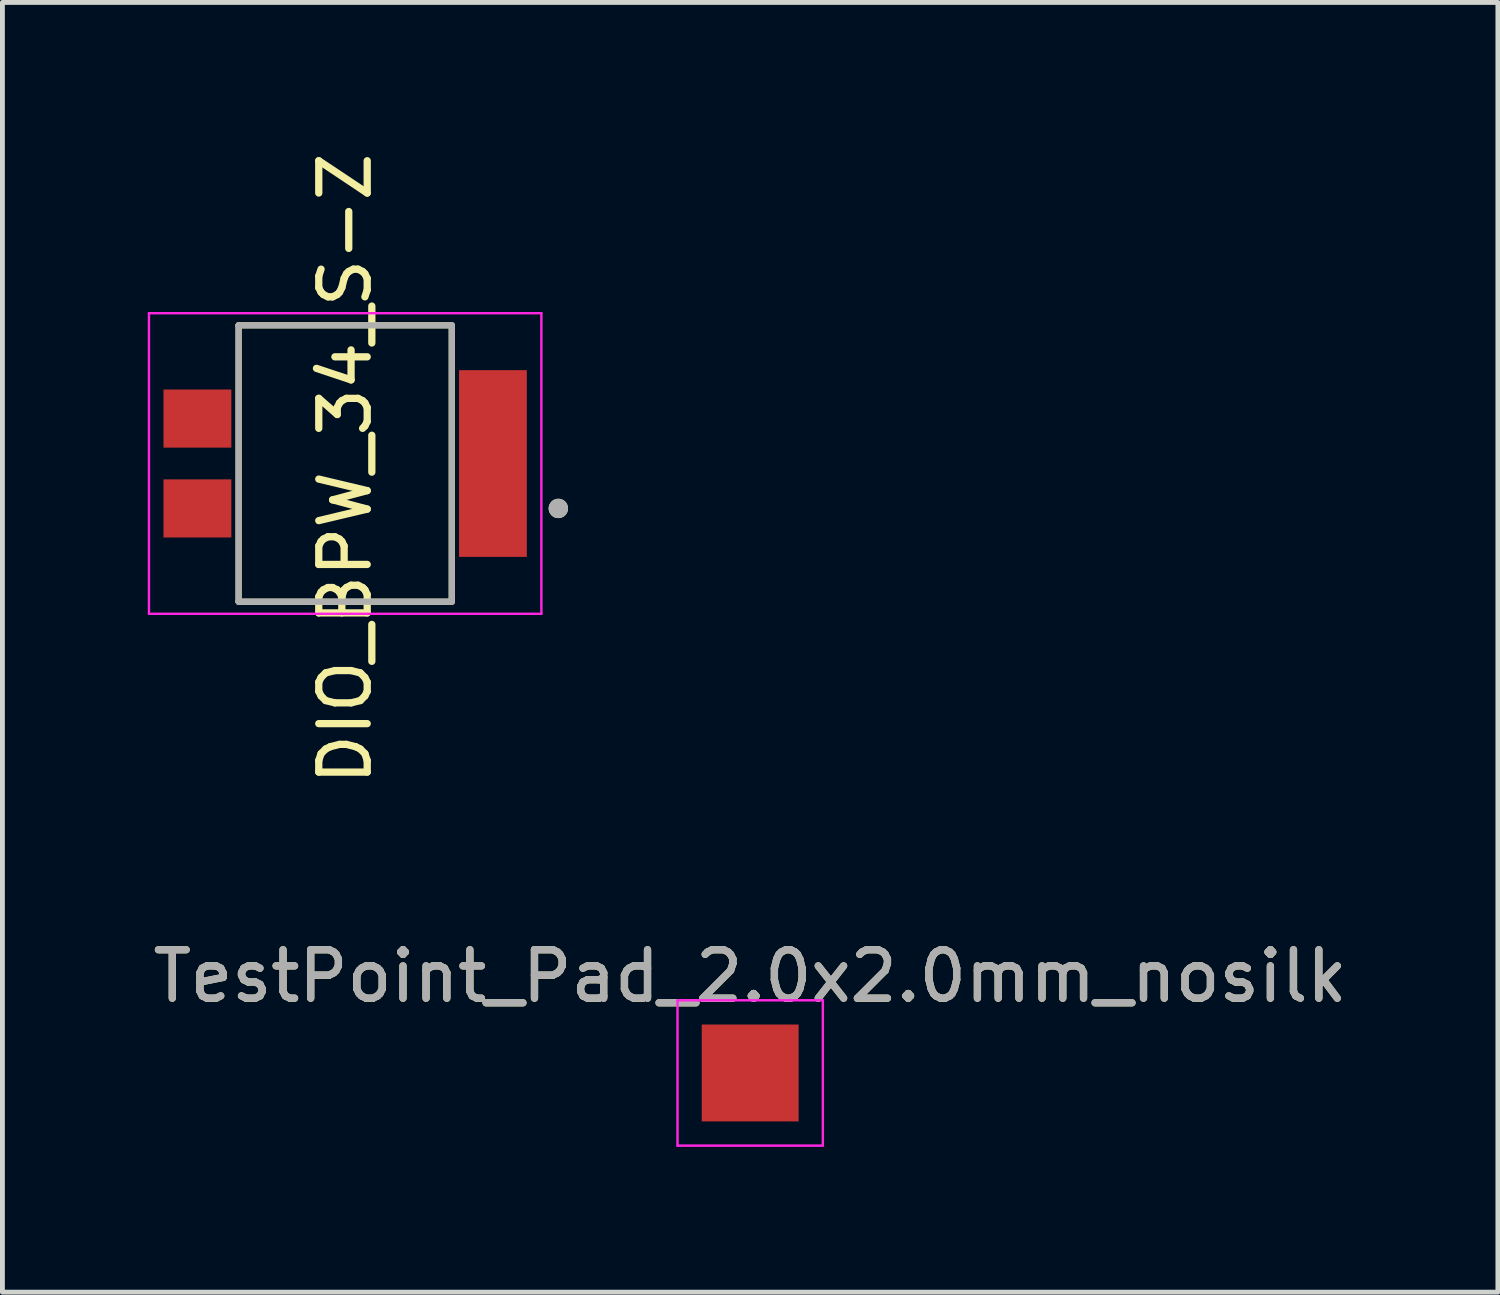
<source format=kicad_pcb>
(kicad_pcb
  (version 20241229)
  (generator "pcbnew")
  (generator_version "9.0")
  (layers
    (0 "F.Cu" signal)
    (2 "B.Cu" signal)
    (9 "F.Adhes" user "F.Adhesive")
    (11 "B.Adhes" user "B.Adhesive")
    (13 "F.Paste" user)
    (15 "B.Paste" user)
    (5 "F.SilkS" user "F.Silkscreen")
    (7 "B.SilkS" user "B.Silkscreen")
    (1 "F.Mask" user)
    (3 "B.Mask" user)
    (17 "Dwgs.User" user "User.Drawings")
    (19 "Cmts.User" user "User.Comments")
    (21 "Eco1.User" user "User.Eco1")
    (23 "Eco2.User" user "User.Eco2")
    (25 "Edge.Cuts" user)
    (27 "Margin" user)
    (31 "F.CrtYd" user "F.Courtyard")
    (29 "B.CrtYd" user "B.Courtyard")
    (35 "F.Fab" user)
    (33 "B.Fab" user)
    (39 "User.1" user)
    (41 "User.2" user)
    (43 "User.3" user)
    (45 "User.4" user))
  (footprint "TestPoint_Pad_2.0x2.0mm_nosilk"
    (layer "F.Cu")
    (at 12.435 19.098)
    (property "Reference" "TestPoint_Pad_2.0x2.0mm_nosilk" (at 0 -1.998 0) (layer "F.SilkS") (effects (font (size 1 1) (thickness 0.15))))
    (attr exclude_from_pos_files exclude_from_bom)
    (fp_line (start -1.5 -1.5) (end -1.5 1.5) (stroke (width 0.05) (type solid)) (layer "F.CrtYd"))
    (fp_line (start -1.5 -1.5) (end 1.5 -1.5) (stroke (width 0.05) (type solid)) (layer "F.CrtYd"))
    (fp_line (start 1.5 1.5) (end -1.5 1.5) (stroke (width 0.05) (type solid)) (layer "F.CrtYd"))
    (fp_line (start 1.5 1.5) (end 1.5 -1.5) (stroke (width 0.05) (type solid)) (layer "F.CrtYd"))
    (fp_text user "${REFERENCE}" (at 0 -2 0) (layer "F.Fab") (effects (font (size 1 1) (thickness 0.15))))
    (pad "1" smd rect (at 0 0) (size 2 2) (layers "F.Cu" "F.Mask")))
  (footprint "DIO_BPW_34_S-Z"
    (layer "F.Cu")
    (at 4.075 7.445)
    (property "Reference" "DIO_BPW_34_S-Z" (at 0 -0.82 90) (layer "F.SilkS") (effects (font (size 1 1) (thickness 0.15))))
    (attr smd)
    (fp_poly (pts (xy -3.8 -2.505) (xy -2.3 -2.505) (xy -2.3 -1.205) (xy -3.8 -1.205)) (stroke (width 0.01) (type solid)) (fill yes) (layer "F.Mask"))
    (fp_poly (pts (xy -3.8 -0.65) (xy -2.3 -0.65) (xy -2.3 0.65) (xy -3.8 0.65)) (stroke (width 0.01) (type solid)) (fill yes) (layer "F.Mask"))
    (fp_poly (pts (xy 2.31 -2.92) (xy 3.8 -2.91) (xy 3.8 1.05) (xy 2.3 1.05)) (stroke (width 0.01) (type solid)) (fill yes) (layer "F.Mask"))
    (fp_line (start -2.2 -3.78) (end -2.2 1.925) (stroke (width 0.127) (type solid)) (layer "F.SilkS"))
    (fp_line (start -2.2 -3.78) (end 2.2 -3.78) (stroke (width 0.127) (type solid)) (layer "F.SilkS"))
    (fp_line (start -2.2 1.925) (end 2.2 1.925) (stroke (width 0.127) (type solid)) (layer "F.SilkS"))
    (fp_line (start 2.2 1.925) (end 2.2 -3.78) (stroke (width 0.127) (type solid)) (layer "F.SilkS"))
    (fp_circle (center 4.4 0) (end 4.5 0) (stroke (width 0.2) (type solid)) (fill no) (layer "F.SilkS"))
    (fp_poly (pts (xy -3.7 -2.405) (xy -2.4 -2.405) (xy -2.4 -1.305) (xy -3.7 -1.305)) (stroke (width 0.01) (type solid)) (fill yes) (layer "F.Paste"))
    (fp_poly (pts (xy -3.7 -0.55) (xy -2.4 -0.55) (xy -2.4 0.55) (xy -3.7 0.55)) (stroke (width 0.01) (type solid)) (fill yes) (layer "F.Paste"))
    (fp_poly (pts (xy 2.4 -2.79) (xy 3.69 -2.79) (xy 3.7 0.95) (xy 2.4 0.95)) (stroke (width 0.01) (type solid)) (fill yes) (layer "F.Paste"))
    (fp_line (start -4.05 -4.03) (end 4.05 -4.03) (stroke (width 0.05) (type solid)) (layer "F.CrtYd"))
    (fp_line (start -4.05 2.175) (end -4.05 -4.03) (stroke (width 0.05) (type solid)) (layer "F.CrtYd"))
    (fp_line (start 4.05 -4.03) (end 4.05 2.175) (stroke (width 0.05) (type solid)) (layer "F.CrtYd"))
    (fp_line (start 4.05 2.175) (end -4.05 2.175) (stroke (width 0.05) (type solid)) (layer "F.CrtYd"))
    (fp_line (start -2.2 -3.78) (end 2.2 -3.78) (stroke (width 0.127) (type solid)) (layer "F.Fab"))
    (fp_line (start -2.2 1.925) (end -2.2 -3.78) (stroke (width 0.127) (type solid)) (layer "F.Fab"))
    (fp_line (start 2.2 -3.78) (end 2.2 1.925) (stroke (width 0.127) (type solid)) (layer "F.Fab"))
    (fp_line (start 2.2 1.925) (end -2.2 1.925) (stroke (width 0.127) (type solid)) (layer "F.Fab"))
    (fp_circle (center 4.4 0) (end 4.5 0) (stroke (width 0.2) (type solid)) (fill no) (layer "F.Fab"))
    (pad "A" smd rect (at -3.05 -1.855) (size 1.4 1.2) (layers "F.Cu"))
    (pad "A" smd rect (at -3.05 0) (size 1.4 1.2) (layers "F.Cu"))
    (pad "C" smd rect (at 3.05 -0.927) (size 1.4 3.855) (layers "F.Cu")))
  (gr_rect
    (start -3 -3)
    (end 27.869 23.623)
    (stroke (width 0.1) (type default))
    (fill no)
    (layer "Edge.Cuts")))
</source>
